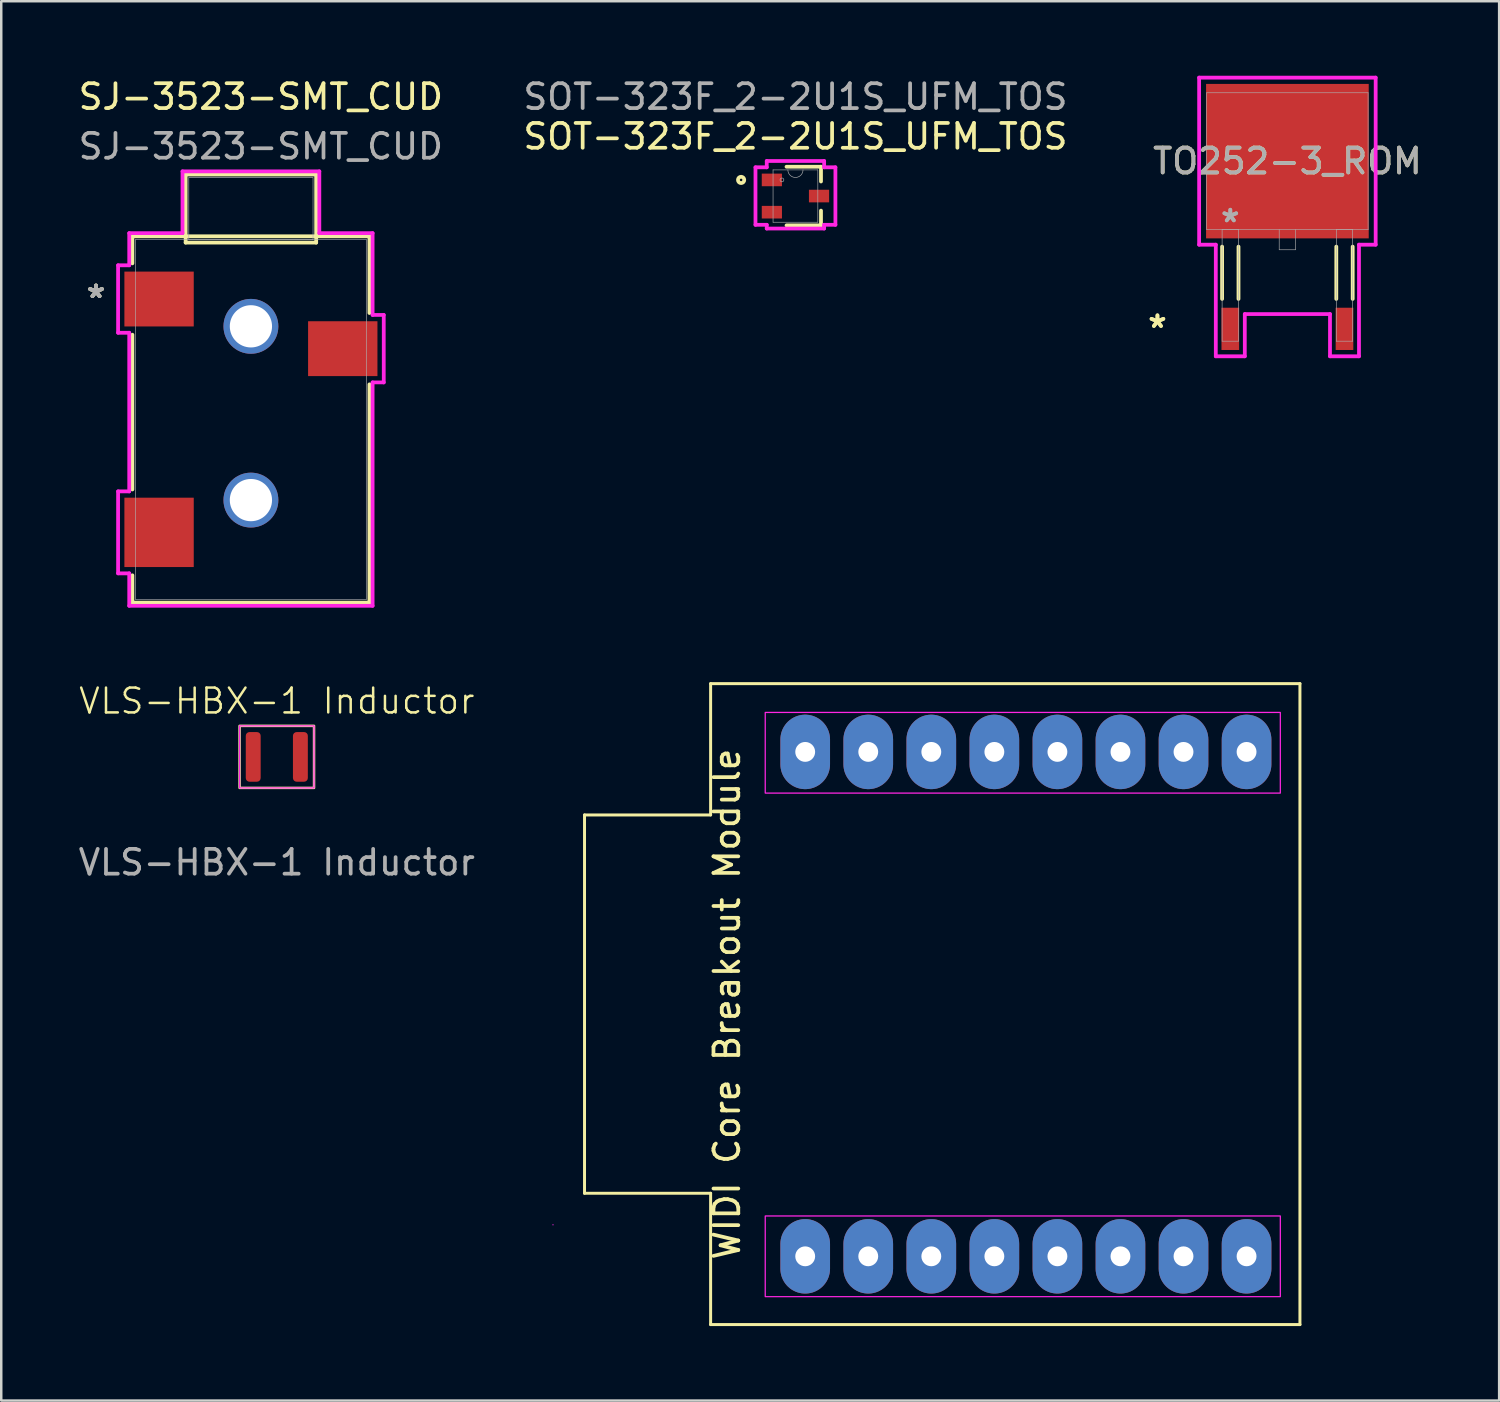
<source format=kicad_pcb>
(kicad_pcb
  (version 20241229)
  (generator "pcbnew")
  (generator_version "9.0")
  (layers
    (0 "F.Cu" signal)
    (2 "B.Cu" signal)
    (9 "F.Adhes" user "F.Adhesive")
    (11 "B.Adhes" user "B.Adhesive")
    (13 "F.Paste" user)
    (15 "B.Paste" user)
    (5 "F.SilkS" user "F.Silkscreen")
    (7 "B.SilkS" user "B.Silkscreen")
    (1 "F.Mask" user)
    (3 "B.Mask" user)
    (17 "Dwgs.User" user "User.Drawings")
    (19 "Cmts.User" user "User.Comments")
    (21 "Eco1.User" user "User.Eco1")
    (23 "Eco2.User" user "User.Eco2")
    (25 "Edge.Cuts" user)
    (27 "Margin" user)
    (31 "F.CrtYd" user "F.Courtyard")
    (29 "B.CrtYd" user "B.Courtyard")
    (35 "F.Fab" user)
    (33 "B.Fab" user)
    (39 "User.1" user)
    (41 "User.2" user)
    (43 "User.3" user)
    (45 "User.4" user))
  (footprint "TO252-3_ROM"
    (layer "F.Cu")
    (at 48.812 3.442)
    (property "Reference" "TO252-3_ROM" (at 0 0 0) (unlocked yes) (layer "F.SilkS") (effects (font (size 1 1) (thickness 0.15))))
    (attr smd)
    (fp_line (start -2.63 3.444) (end -2.63 5.55) (stroke (width 0.152) (type solid)) (layer "F.SilkS"))
    (fp_line (start -1.97 3.444) (end -1.97 5.55) (stroke (width 0.152) (type solid)) (layer "F.SilkS"))
    (fp_line (start 1.97 3.444) (end 1.97 5.55) (stroke (width 0.152) (type solid)) (layer "F.SilkS"))
    (fp_line (start 2.63 3.444) (end 2.63 5.55) (stroke (width 0.152) (type solid)) (layer "F.SilkS"))
    (fp_line (start -3.556 -3.365) (end 3.556 -3.365) (stroke (width 0.152) (type solid)) (layer "F.CrtYd"))
    (fp_line (start -3.556 3.365) (end -3.556 -3.365) (stroke (width 0.152) (type solid)) (layer "F.CrtYd"))
    (fp_line (start -2.884 3.365) (end -3.556 3.365) (stroke (width 0.152) (type solid)) (layer "F.CrtYd"))
    (fp_line (start -2.884 7.861) (end -2.884 3.365) (stroke (width 0.152) (type solid)) (layer "F.CrtYd"))
    (fp_line (start -1.716 6.16) (end -1.716 7.861) (stroke (width 0.152) (type solid)) (layer "F.CrtYd"))
    (fp_line (start -1.716 7.861) (end -2.884 7.861) (stroke (width 0.152) (type solid)) (layer "F.CrtYd"))
    (fp_line (start 1.716 6.16) (end -1.716 6.16) (stroke (width 0.152) (type solid)) (layer "F.CrtYd"))
    (fp_line (start 1.716 7.861) (end 1.716 6.16) (stroke (width 0.152) (type solid)) (layer "F.CrtYd"))
    (fp_line (start 2.884 3.365) (end 2.884 7.861) (stroke (width 0.152) (type solid)) (layer "F.CrtYd"))
    (fp_line (start 2.884 7.861) (end 1.716 7.861) (stroke (width 0.152) (type solid)) (layer "F.CrtYd"))
    (fp_line (start 3.556 -3.365) (end 3.556 3.365) (stroke (width 0.152) (type solid)) (layer "F.CrtYd"))
    (fp_line (start 3.556 3.365) (end 2.884 3.365) (stroke (width 0.152) (type solid)) (layer "F.CrtYd"))
    (fp_line (start -3.251 -2.756) (end -3.251 2.756) (stroke (width 0.025) (type solid)) (layer "F.Fab"))
    (fp_line (start -3.251 2.756) (end 3.251 2.756) (stroke (width 0.025) (type solid)) (layer "F.Fab"))
    (fp_line (start -2.63 2.756) (end -2.63 7.252) (stroke (width 0.025) (type solid)) (layer "F.Fab"))
    (fp_line (start -2.63 7.252) (end -1.97 7.252) (stroke (width 0.025) (type solid)) (layer "F.Fab"))
    (fp_line (start -1.97 2.756) (end -2.63 2.756) (stroke (width 0.025) (type solid)) (layer "F.Fab"))
    (fp_line (start -1.97 7.252) (end -1.97 2.756) (stroke (width 0.025) (type solid)) (layer "F.Fab"))
    (fp_line (start -0.33 2.756) (end -0.33 3.569) (stroke (width 0.025) (type solid)) (layer "F.Fab"))
    (fp_line (start -0.33 3.569) (end 0.33 3.569) (stroke (width 0.025) (type solid)) (layer "F.Fab"))
    (fp_line (start 0.33 3.569) (end 0.33 2.756) (stroke (width 0.025) (type solid)) (layer "F.Fab"))
    (fp_line (start 1.97 2.756) (end 1.97 7.252) (stroke (width 0.025) (type solid)) (layer "F.Fab"))
    (fp_line (start 1.97 7.252) (end 2.63 7.252) (stroke (width 0.025) (type solid)) (layer "F.Fab"))
    (fp_line (start 2.63 2.756) (end 1.97 2.756) (stroke (width 0.025) (type solid)) (layer "F.Fab"))
    (fp_line (start 2.63 7.252) (end 2.63 2.756) (stroke (width 0.025) (type solid)) (layer "F.Fab"))
    (fp_line (start 3.251 -2.756) (end -3.251 -2.756) (stroke (width 0.025) (type solid)) (layer "F.Fab"))
    (fp_line (start 3.251 2.756) (end 3.251 -2.756) (stroke (width 0.025) (type solid)) (layer "F.Fab"))
    (fp_text user "*" (at -5.235 6.756 0) (layer "F.SilkS") (effects (font (size 1 1) (thickness 0.15))))
    (fp_text user "*" (at -5.235 6.756 0) (unlocked yes) (layer "F.SilkS") (effects (font (size 1 1) (thickness 0.15))))
    (fp_text user "${REFERENCE}" (at 0 0 0) (unlocked yes) (layer "F.Fab") (effects (font (size 1 1) (thickness 0.15))))
    (fp_text user "*" (at -2.3 2.502 0) (layer "F.Fab") (effects (font (size 1 1) (thickness 0.15))))
    (fp_text user "*" (at -2.3 2.502 0) (unlocked yes) (layer "F.Fab") (effects (font (size 1 1) (thickness 0.15))))
    (pad "1" smd rect (at -2.3 6.756) (size 0.711 1.702) (layers "F.Cu" "F.Mask" "F.Paste"))
    (pad "2" smd rect (at 0 0) (size 6.553 6.223) (layers "F.Cu" "F.Mask" "F.Paste"))
    (pad "3" smd rect (at 2.3 6.756) (size 0.711 1.702) (layers "F.Cu" "F.Mask" "F.Paste")))
  (footprint "SOT-323F_2-2U1S_UFM_TOS"
    (layer "F.Cu")
    (at 28.994 4.848)
    (property "Reference" "SOT-323F_2-2U1S_UFM_TOS" (at 0 -2.4 0) (unlocked yes) (layer "F.SilkS") (effects (font (size 1 1) (thickness 0.15))))
    (attr smd)
    (fp_line (start -0.359 1.181) (end 1.029 1.181) (stroke (width 0.152) (type solid)) (layer "F.SilkS"))
    (fp_line (start 1.029 -1.181) (end -0.359 -1.181) (stroke (width 0.152) (type solid)) (layer "F.SilkS"))
    (fp_line (start 1.029 -0.587) (end 1.029 -1.181) (stroke (width 0.152) (type solid)) (layer "F.SilkS"))
    (fp_line (start 1.029 1.181) (end 1.029 0.587) (stroke (width 0.152) (type solid)) (layer "F.SilkS"))
    (fp_circle (center -2.189 -0.65) (end -2.062 -0.65) (stroke (width 0.152) (type solid)) (fill no) (layer "F.SilkS"))
    (fp_line (start -1.61 -1.158) (end -1.156 -1.158) (stroke (width 0.152) (type solid)) (layer "F.CrtYd"))
    (fp_line (start -1.61 1.158) (end -1.61 -1.158) (stroke (width 0.152) (type solid)) (layer "F.CrtYd"))
    (fp_line (start -1.61 1.158) (end -1.156 1.158) (stroke (width 0.152) (type solid)) (layer "F.CrtYd"))
    (fp_line (start -1.156 -1.412) (end 1.156 -1.412) (stroke (width 0.152) (type solid)) (layer "F.CrtYd"))
    (fp_line (start -1.156 -1.158) (end -1.156 -1.412) (stroke (width 0.152) (type solid)) (layer "F.CrtYd"))
    (fp_line (start -1.156 1.308) (end -1.156 1.158) (stroke (width 0.152) (type solid)) (layer "F.CrtYd"))
    (fp_line (start 1.156 -1.412) (end 1.156 -1.158) (stroke (width 0.152) (type solid)) (layer "F.CrtYd"))
    (fp_line (start 1.156 1.158) (end 1.156 1.308) (stroke (width 0.152) (type solid)) (layer "F.CrtYd"))
    (fp_line (start 1.156 1.308) (end -1.156 1.308) (stroke (width 0.152) (type solid)) (layer "F.CrtYd"))
    (fp_line (start 1.61 -1.158) (end 1.156 -1.158) (stroke (width 0.152) (type solid)) (layer "F.CrtYd"))
    (fp_line (start 1.61 -1.158) (end 1.61 1.158) (stroke (width 0.152) (type solid)) (layer "F.CrtYd"))
    (fp_line (start 1.61 1.158) (end 1.156 1.158) (stroke (width 0.152) (type solid)) (layer "F.CrtYd"))
    (fp_line (start -0.902 -1.054) (end -0.902 1.054) (stroke (width 0.025) (type solid)) (layer "F.Fab"))
    (fp_line (start -0.902 1.054) (end 0.902 1.054) (stroke (width 0.025) (type solid)) (layer "F.Fab"))
    (fp_line (start 0.902 -1.054) (end -0.902 -1.054) (stroke (width 0.025) (type solid)) (layer "F.Fab"))
    (fp_line (start 0.902 1.054) (end 0.902 -1.054) (stroke (width 0.025) (type solid)) (layer "F.Fab"))
    (fp_arc (start 0.3048 -1.0541) (mid 0 -0.7493) (end -0.3048 -1.0541) (stroke (width 0.0254) (type solid)) (layer "F.Fab"))
    (fp_circle (center -0.544 -0.65) (end -0.467 -0.65) (stroke (width 0.025) (type solid)) (fill no) (layer "F.Fab"))
    (fp_text user "${REFERENCE}" (at 0 -4 0) (unlocked yes) (layer "F.Fab") (effects (font (size 1 1) (thickness 0.15))))
    (pad "1" smd rect (at -0.95 -0.65) (size 0.813 0.508) (layers "F.Cu" "F.Mask" "F.Paste"))
    (pad "2" smd rect (at -0.95 0.65) (size 0.813 0.508) (layers "F.Cu" "F.Mask" "F.Paste"))
    (pad "3" smd rect (at 0.95 0) (size 0.813 0.508) (layers "F.Cu" "F.Mask" "F.Paste")))
  (footprint "SJ-3523-SMT_CUD"
    (layer "F.Cu")
    (at 7.058 13.848)
    (property "Reference" "SJ-3523-SMT_CUD" (at 0.4 -13 0) (unlocked yes) (layer "F.SilkS") (effects (font (size 1 1) (thickness 0.15))))
    (attr smd)
    (fp_line (start -4.775 -7.379) (end -4.775 -6.289) (stroke (width 0.152) (type solid)) (layer "F.SilkS"))
    (fp_line (start -4.775 -3.414) (end -4.775 2.819) (stroke (width 0.152) (type solid)) (layer "F.SilkS"))
    (fp_line (start -4.775 6.278) (end -4.775 7.379) (stroke (width 0.152) (type solid)) (layer "F.SilkS"))
    (fp_line (start -4.775 7.379) (end 4.775 7.379) (stroke (width 0.152) (type solid)) (layer "F.SilkS"))
    (fp_line (start -2.629 -9.868) (end -2.629 -7.125) (stroke (width 0.152) (type solid)) (layer "F.SilkS"))
    (fp_line (start -2.629 -7.125) (end 2.629 -7.125) (stroke (width 0.152) (type solid)) (layer "F.SilkS"))
    (fp_line (start 2.629 -9.868) (end -2.629 -9.868) (stroke (width 0.152) (type solid)) (layer "F.SilkS"))
    (fp_line (start 2.629 -7.125) (end 2.629 -9.868) (stroke (width 0.152) (type solid)) (layer "F.SilkS"))
    (fp_line (start 4.775 -7.379) (end -4.775 -7.379) (stroke (width 0.152) (type solid)) (layer "F.SilkS"))
    (fp_line (start 4.775 -4.289) (end 4.775 -7.379) (stroke (width 0.152) (type solid)) (layer "F.SilkS"))
    (fp_line (start 4.775 7.379) (end 4.775 -1.414) (stroke (width 0.152) (type solid)) (layer "F.SilkS"))
    (fp_line (start -5.351 -6.211) (end -5.351 -3.493) (stroke (width 0.152) (type solid)) (layer "F.CrtYd"))
    (fp_line (start -5.351 -3.493) (end -4.902 -3.493) (stroke (width 0.152) (type solid)) (layer "F.CrtYd"))
    (fp_line (start -5.351 2.897) (end -5.351 6.199) (stroke (width 0.152) (type solid)) (layer "F.CrtYd"))
    (fp_line (start -5.351 6.199) (end -4.902 6.199) (stroke (width 0.152) (type solid)) (layer "F.CrtYd"))
    (fp_line (start -4.902 -7.506) (end -4.902 -6.211) (stroke (width 0.152) (type solid)) (layer "F.CrtYd"))
    (fp_line (start -4.902 -6.211) (end -5.351 -6.211) (stroke (width 0.152) (type solid)) (layer "F.CrtYd"))
    (fp_line (start -4.902 -3.493) (end -4.902 2.897) (stroke (width 0.152) (type solid)) (layer "F.CrtYd"))
    (fp_line (start -4.902 2.897) (end -5.351 2.897) (stroke (width 0.152) (type solid)) (layer "F.CrtYd"))
    (fp_line (start -4.902 6.199) (end -4.902 7.506) (stroke (width 0.152) (type solid)) (layer "F.CrtYd"))
    (fp_line (start -4.902 7.506) (end 4.902 7.506) (stroke (width 0.152) (type solid)) (layer "F.CrtYd"))
    (fp_line (start -2.756 -9.995) (end -2.756 -7.506) (stroke (width 0.152) (type solid)) (layer "F.CrtYd"))
    (fp_line (start -2.756 -7.506) (end -4.902 -7.506) (stroke (width 0.152) (type solid)) (layer "F.CrtYd"))
    (fp_line (start 2.756 -9.995) (end -2.756 -9.995) (stroke (width 0.152) (type solid)) (layer "F.CrtYd"))
    (fp_line (start 2.756 -7.506) (end 2.756 -9.995) (stroke (width 0.152) (type solid)) (layer "F.CrtYd"))
    (fp_line (start 4.902 -7.506) (end 2.756 -7.506) (stroke (width 0.152) (type solid)) (layer "F.CrtYd"))
    (fp_line (start 4.902 -4.211) (end 4.902 -7.506) (stroke (width 0.152) (type solid)) (layer "F.CrtYd"))
    (fp_line (start 4.902 -1.493) (end 5.351 -1.493) (stroke (width 0.152) (type solid)) (layer "F.CrtYd"))
    (fp_line (start 4.902 7.506) (end 4.902 -1.493) (stroke (width 0.152) (type solid)) (layer "F.CrtYd"))
    (fp_line (start 5.351 -4.211) (end 4.902 -4.211) (stroke (width 0.152) (type solid)) (layer "F.CrtYd"))
    (fp_line (start 5.351 -1.493) (end 5.351 -4.211) (stroke (width 0.152) (type solid)) (layer "F.CrtYd"))
    (fp_line (start -4.648 -7.252) (end -4.648 7.252) (stroke (width 0.025) (type solid)) (layer "F.Fab"))
    (fp_line (start -4.648 7.252) (end 4.648 7.252) (stroke (width 0.025) (type solid)) (layer "F.Fab"))
    (fp_line (start -2.502 -9.741) (end -2.502 -7.252) (stroke (width 0.025) (type solid)) (layer "F.Fab"))
    (fp_line (start -2.502 -7.252) (end 2.502 -7.252) (stroke (width 0.025) (type solid)) (layer "F.Fab"))
    (fp_line (start 2.502 -9.741) (end -2.502 -9.741) (stroke (width 0.025) (type solid)) (layer "F.Fab"))
    (fp_line (start 2.502 -7.252) (end 2.502 -9.741) (stroke (width 0.025) (type solid)) (layer "F.Fab"))
    (fp_line (start 4.648 -7.252) (end -4.648 -7.252) (stroke (width 0.025) (type solid)) (layer "F.Fab"))
    (fp_line (start 4.648 7.252) (end 4.648 -7.252) (stroke (width 0.025) (type solid)) (layer "F.Fab"))
    (fp_text user "*" (at -6.24 -4.852 0) (layer "F.SilkS") (effects (font (size 1 1) (thickness 0.15))))
    (fp_text user "*" (at -6.24 -4.852 0) (unlocked yes) (layer "F.SilkS") (effects (font (size 1 1) (thickness 0.15))))
    (fp_text user "*" (at -6.24 -4.852 0) (layer "F.Fab") (effects (font (size 1 1) (thickness 0.15))))
    (fp_text user "*" (at -6.24 -4.852 0) (unlocked yes) (layer "F.Fab") (effects (font (size 1 1) (thickness 0.15))))
    (fp_text user "${REFERENCE}" (at 0.4 -11 0) (unlocked yes) (layer "F.Fab") (effects (font (size 1 1) (thickness 0.15))))
    (pad "1" smd rect (at -3.7 -4.852) (size 2.794 2.21) (layers "F.Cu" "F.Mask" "F.Paste"))
    (pad "2" smd rect (at -3.7 4.548) (size 2.794 2.794) (layers "F.Cu" "F.Mask" "F.Paste"))
    (pad "3" smd rect (at 3.7 -2.852) (size 2.794 2.21) (layers "F.Cu" "F.Mask" "F.Paste"))
    (pad "4" thru_hole circle (at 0 -3.752) (size 2.21 2.21) (drill 1.702) (layers "*.Cu" "*.Mask"))
    (pad "5" thru_hole circle (at 0 3.248) (size 2.21 2.21) (drill 1.702) (layers "*.Cu" "*.Mask")))
  (footprint "WIDI Core Breakout Module"
    (layer "F.Cu")
    (at 38.277 37.4)
    (property "Reference" "WIDI Core Breakout Module" (at -12.04 0 90) (layer "F.SilkS") (effects (font (size 1 1) (thickness 0.15))))
    (attr through_hole)
    (fp_line (start -17.78 -7.62) (end -17.78 7.62) (stroke (width 0.12) (type default)) (layer "F.SilkS"))
    (fp_line (start -17.78 7.62) (end -12.7 7.62) (stroke (width 0.12) (type default)) (layer "F.SilkS"))
    (fp_line (start -12.7 -12.91) (end -12.7 -7.62) (stroke (width 0.12) (type default)) (layer "F.SilkS"))
    (fp_line (start -12.7 -7.62) (end -17.78 -7.62) (stroke (width 0.12) (type default)) (layer "F.SilkS"))
    (fp_line (start -12.7 7.62) (end -12.7 12.91) (stroke (width 0.12) (type default)) (layer "F.SilkS"))
    (fp_line (start -12.7 12.91) (end 11.04 12.91) (stroke (width 0.12) (type default)) (layer "F.SilkS"))
    (fp_line (start 11.04 -12.91) (end -12.7 -12.91) (stroke (width 0.12) (type default)) (layer "F.SilkS"))
    (fp_line (start 11.04 12.91) (end 11.04 -12.91) (stroke (width 0.12) (type default)) (layer "F.SilkS"))
    (fp_line (start -19.05 8.89) (end -19.05 8.89) (stroke (width 0.05) (type default)) (layer "F.CrtYd"))
    (fp_rect (start -10.5 -11.75) (end 10.25 -8.5) (stroke (width 0.05) (type default)) (fill no) (layer "F.CrtYd"))
    (fp_rect (start -10.5 8.535) (end 10.25 11.785) (stroke (width 0.05) (type default)) (fill no) (layer "F.CrtYd"))
    (pad "1" thru_hole oval (at -8.89 10.16) (size 2 3) (drill 0.8) (layers "*.Cu" "*.Mask"))
    (pad "2" thru_hole oval (at -6.35 10.16) (size 2 3) (drill 0.8) (layers "*.Cu" "*.Mask"))
    (pad "3" thru_hole oval (at -3.81 10.16) (size 2 3) (drill 0.8) (layers "*.Cu" "*.Mask"))
    (pad "4" thru_hole oval (at -1.27 10.16) (size 2 3) (drill 0.8) (layers "*.Cu" "*.Mask"))
    (pad "5" thru_hole oval (at 1.27 10.16) (size 2 3) (drill 0.8) (layers "*.Cu" "*.Mask"))
    (pad "6" thru_hole oval (at 3.81 10.16) (size 2 3) (drill 0.8) (layers "*.Cu" "*.Mask"))
    (pad "7" thru_hole oval (at 6.35 10.16) (size 2 3) (drill 0.8) (layers "*.Cu" "*.Mask"))
    (pad "8" thru_hole oval (at 8.89 10.16) (size 2 3) (drill 0.8) (layers "*.Cu" "*.Mask"))
    (pad "9" thru_hole oval (at 8.89 -10.16) (size 2 3) (drill 0.8) (layers "*.Cu" "*.Mask"))
    (pad "10" thru_hole oval (at 6.35 -10.16) (size 2 3) (drill 0.8) (layers "*.Cu" "*.Mask"))
    (pad "11" thru_hole oval (at 3.81 -10.16) (size 2 3) (drill 0.8) (layers "*.Cu" "*.Mask"))
    (pad "12" thru_hole oval (at 1.27 -10.16) (size 2 3) (drill 0.8) (layers "*.Cu" "*.Mask"))
    (pad "13" thru_hole oval (at -1.27 -10.16) (size 2 3) (drill 0.8) (layers "*.Cu" "*.Mask"))
    (pad "14" thru_hole oval (at -3.81 -10.16) (size 2 3) (drill 0.8) (layers "*.Cu" "*.Mask"))
    (pad "15" thru_hole oval (at -6.35 -10.16) (size 2 3) (drill 0.8) (layers "*.Cu" "*.Mask"))
    (pad "16" thru_hole oval (at -8.89 -10.16) (size 2 3) (drill 0.8) (layers "*.Cu" "*.Mask")))
  (footprint "VLS-HBX-1 Inductor"
    (layer "F.Cu")
    (at 8.101 27.441)
    (property "Reference" "VLS-HBX-1 Inductor" (at 0 -2.25 0) (unlocked yes) (layer "F.SilkS") (effects (font (size 1 1) (thickness 0.1))))
    (attr smd)
    (fp_rect (start -1.5 -1.25) (end 1.5 1.25) (stroke (width 0.1) (type default)) (fill no) (layer "F.SilkS"))
    (fp_rect (start -1.5 -1.25) (end 1.5 1.25) (stroke (width 0.05) (type default)) (fill no) (layer "F.CrtYd"))
    (fp_text user "${REFERENCE}" (at 0 4.25 0) (unlocked yes) (layer "F.Fab") (effects (font (size 1 1) (thickness 0.15))))
    (pad "1" smd roundrect (at 0.95 0) (size 0.6 2) (layers "F.Cu" "F.Mask" "F.Paste") (roundrect_rratio 0.25))
    (pad "2" smd roundrect (at -0.95 0) (size 0.6 2) (layers "F.Cu" "F.Mask" "F.Paste") (roundrect_rratio 0.25)))
  (gr_rect
    (start -3 -3)
    (end 57.342 53.37)
    (stroke (width 0.1) (type default))
    (fill no)
    (layer "Edge.Cuts")))
</source>
